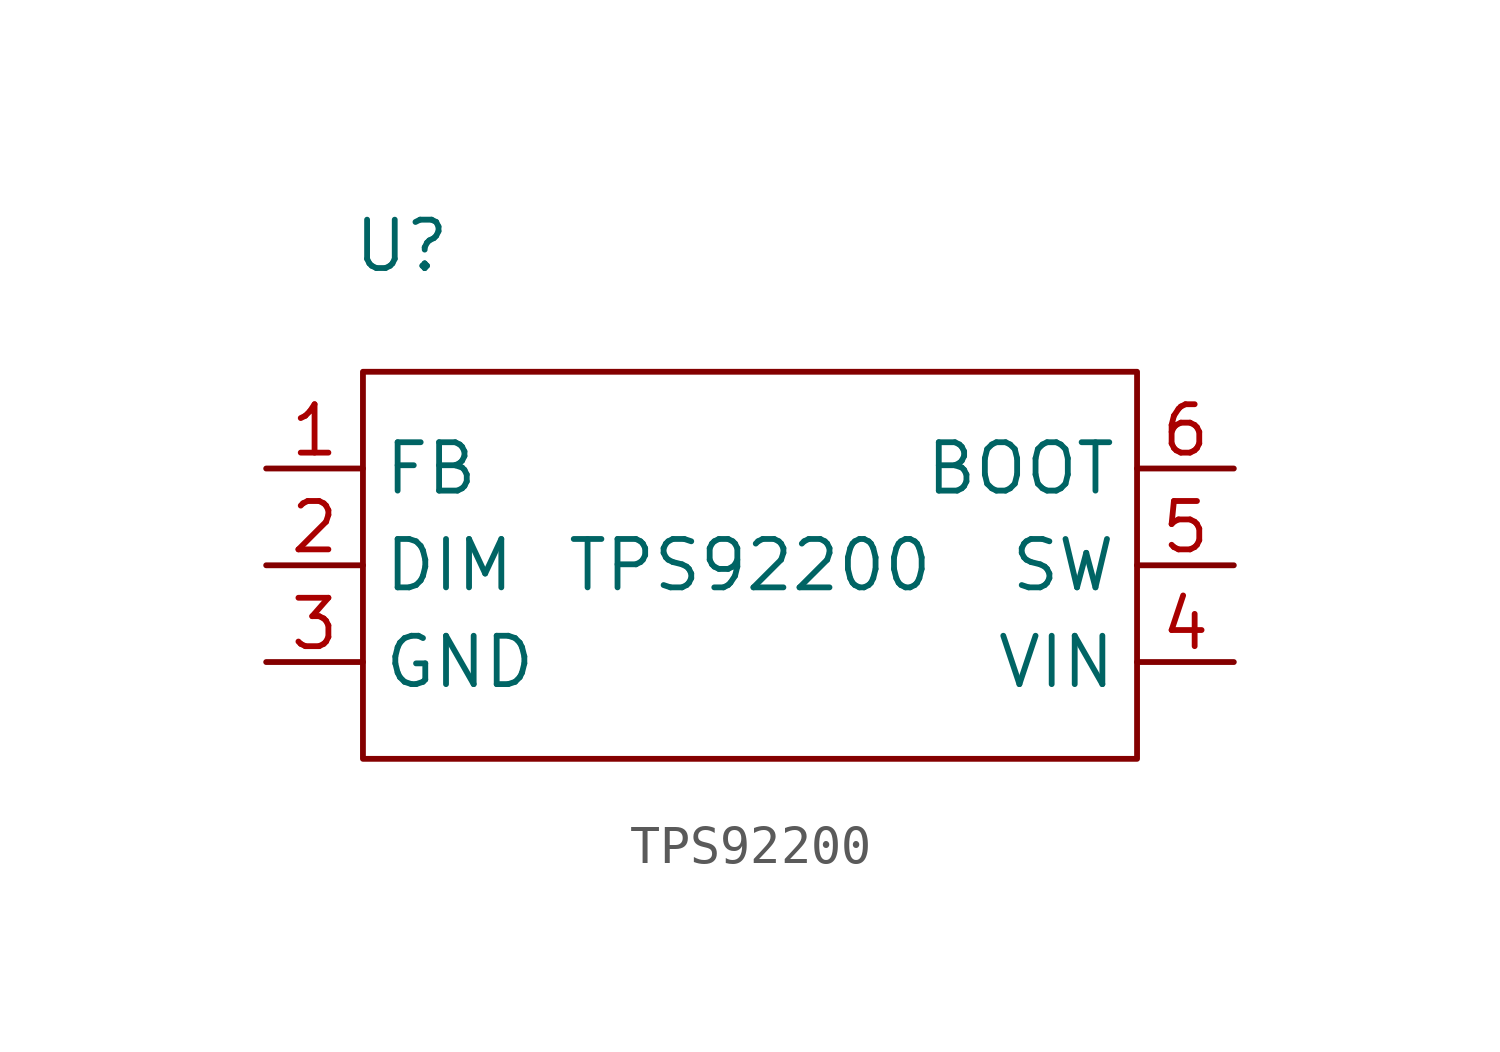
<source format=kicad_sym>
(kicad_symbol_lib
  (version 20231120)
  (generator "kicad_symbol_editor")
  (generator_version "8.0")
  (symbol "TPS92200"
    (property "Reference" "U"
      (at -9.144 8.382 0)
      (effects (font (size 1.27 1.27))))
    (property "Value" "TPS92200"
      (at 0 0 0)
      (effects (font (size 1.27 1.27))))
    (symbol "TPS92200_0_1"
      (rectangle (start -10.16 5.08) (end 10.16 -5.08) (stroke (width 0) (type default)) (fill (type none))))
    (symbol "TPS92200_1_1"
      (pin input line (at -12.7 2.54 0) (length 2.54) (name "FB" (effects (font (size 1.27 1.27)))) (number "1" (effects (font (size 1.27 1.27)))))
      (pin input line (at -12.7 0 0) (length 2.54) (name "DIM" (effects (font (size 1.27 1.27)))) (number "2" (effects (font (size 1.27 1.27)))))
      (pin power_in line (at -12.7 -2.54 0) (length 2.54) (name "GND" (effects (font (size 1.27 1.27)))) (number "3" (effects (font (size 1.27 1.27)))))
      (pin power_in line (at 12.7 -2.54 180) (length 2.54) (name "VIN" (effects (font (size 1.27 1.27)))) (number "4" (effects (font (size 1.27 1.27)))))
      (pin power_out line (at 12.7 0 180) (length 2.54) (name "SW" (effects (font (size 1.27 1.27)))) (number "5" (effects (font (size 1.27 1.27)))))
      (pin input line (at 12.7 2.54 180) (length 2.54) (name "BOOT" (effects (font (size 1.27 1.27)))) (number "6" (effects (font (size 1.27 1.27))))))))
</source>
